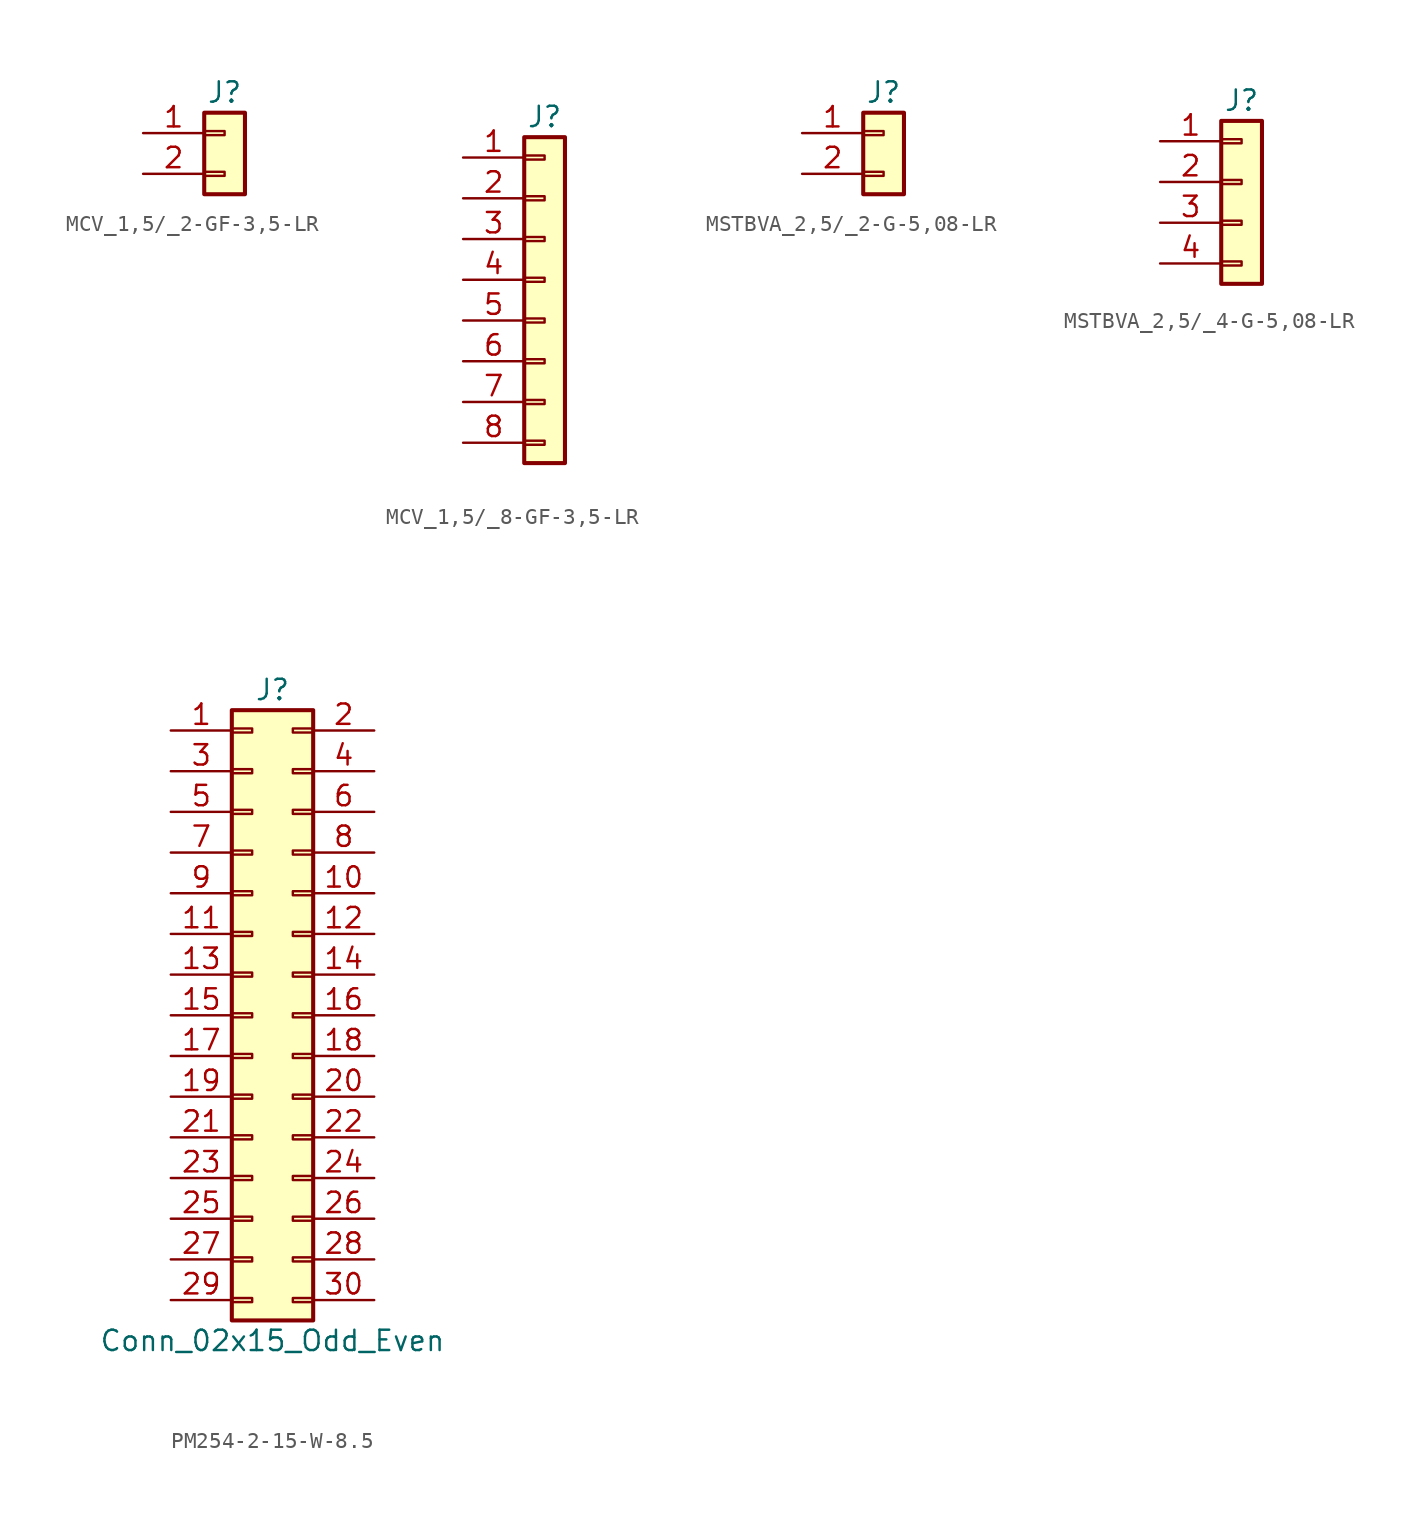
<source format=kicad_sym>
(kicad_symbol_lib
  (version 20211014)
  (symbol "MCV_1,5/_2-GF-3,5-LR"
    (pin_names
      (offset 1.016)
      (hide yes))
    (property "Reference" "J"
      (at 0 2.54 0)
      (effects (font (size 1.27 1.27))))
    (symbol "MCV_1,5/_2-GF-3,5-LR_1_1"
      (rectangle (start -1.27 1.27) (end 1.27 -3.81) (stroke (width 0.254) (type default)) (fill (type background)))
      (rectangle (start -1.27 0.127) (end 0 -0.127) (stroke (width 0.152) (type default)) (fill (type none)))
      (rectangle (start -1.27 -2.413) (end 0 -2.667) (stroke (width 0.152) (type default)) (fill (type none)))
      (pin passive line (at -5.08 0 0) (length 3.81) (name "Pin_1" (effects (font (size 1.27 1.27)))) (number "1" (effects (font (size 1.27 1.27)))))
      (pin passive line (at -5.08 -2.54 0) (length 3.81) (name "Pin_2" (effects (font (size 1.27 1.27)))) (number "2" (effects (font (size 1.27 1.27)))))))
  (symbol "MCV_1,5/_8-GF-3,5-LR"
    (pin_names
      (offset 1.016)
      (hide yes))
    (property "Reference" "J"
      (at 0 10.16 0)
      (effects (font (size 1.27 1.27))))
    (symbol "MCV_1,5/_8-GF-3,5-LR_1_1"
      (rectangle (start -1.27 8.89) (end 1.27 -11.43) (stroke (width 0.254) (type default)) (fill (type background)))
      (rectangle (start -1.27 7.747) (end 0 7.493) (stroke (width 0.152) (type default)) (fill (type none)))
      (rectangle (start -1.27 5.207) (end 0 4.953) (stroke (width 0.152) (type default)) (fill (type none)))
      (rectangle (start -1.27 2.667) (end 0 2.413) (stroke (width 0.152) (type default)) (fill (type none)))
      (rectangle (start -1.27 0.127) (end 0 -0.127) (stroke (width 0.152) (type default)) (fill (type none)))
      (rectangle (start -1.27 -2.413) (end 0 -2.667) (stroke (width 0.152) (type default)) (fill (type none)))
      (rectangle (start -1.27 -4.953) (end 0 -5.207) (stroke (width 0.152) (type default)) (fill (type none)))
      (rectangle (start -1.27 -7.493) (end 0 -7.747) (stroke (width 0.152) (type default)) (fill (type none)))
      (rectangle (start -1.27 -10.033) (end 0 -10.287) (stroke (width 0.152) (type default)) (fill (type none)))
      (pin passive line (at -5.08 7.62 0) (length 3.81) (name "Pin_1" (effects (font (size 1.27 1.27)))) (number "1" (effects (font (size 1.27 1.27)))))
      (pin passive line (at -5.08 5.08 0) (length 3.81) (name "Pin_2" (effects (font (size 1.27 1.27)))) (number "2" (effects (font (size 1.27 1.27)))))
      (pin passive line (at -5.08 2.54 0) (length 3.81) (name "Pin_3" (effects (font (size 1.27 1.27)))) (number "3" (effects (font (size 1.27 1.27)))))
      (pin passive line (at -5.08 0 0) (length 3.81) (name "Pin_4" (effects (font (size 1.27 1.27)))) (number "4" (effects (font (size 1.27 1.27)))))
      (pin passive line (at -5.08 -2.54 0) (length 3.81) (name "Pin_5" (effects (font (size 1.27 1.27)))) (number "5" (effects (font (size 1.27 1.27)))))
      (pin passive line (at -5.08 -5.08 0) (length 3.81) (name "Pin_6" (effects (font (size 1.27 1.27)))) (number "6" (effects (font (size 1.27 1.27)))))
      (pin passive line (at -5.08 -7.62 0) (length 3.81) (name "Pin_7" (effects (font (size 1.27 1.27)))) (number "7" (effects (font (size 1.27 1.27)))))
      (pin passive line (at -5.08 -10.16 0) (length 3.81) (name "Pin_8" (effects (font (size 1.27 1.27)))) (number "8" (effects (font (size 1.27 1.27)))))))
  (symbol "MSTBVA_2,5/_2-G-5,08-LR"
    (pin_names
      (offset 1.016)
      (hide yes))
    (property "Reference" "J"
      (at 0 2.54 0)
      (effects (font (size 1.27 1.27))))
    (symbol "MSTBVA_2,5/_2-G-5,08-LR_1_1"
      (rectangle (start -1.27 1.27) (end 1.27 -3.81) (stroke (width 0.254) (type default)) (fill (type background)))
      (rectangle (start -1.27 0.127) (end 0 -0.127) (stroke (width 0.152) (type default)) (fill (type none)))
      (rectangle (start -1.27 -2.413) (end 0 -2.667) (stroke (width 0.152) (type default)) (fill (type none)))
      (pin passive line (at -5.08 0 0) (length 3.81) (name "Pin_1" (effects (font (size 1.27 1.27)))) (number "1" (effects (font (size 1.27 1.27)))))
      (pin passive line (at -5.08 -2.54 0) (length 3.81) (name "Pin_2" (effects (font (size 1.27 1.27)))) (number "2" (effects (font (size 1.27 1.27)))))))
  (symbol "MSTBVA_2,5/_4-G-5,08-LR"
    (pin_names
      (offset 0)
      (hide yes))
    (property "Reference" "J"
      (at 0 5.08 0)
      (effects (font (size 1.27 1.27))))
    (symbol "MSTBVA_2,5/_4-G-5,08-LR_1_1"
      (rectangle (start -1.27 3.81) (end 1.27 -6.35) (stroke (width 0.254) (type default)) (fill (type background)))
      (rectangle (start -1.27 2.667) (end 0 2.413) (stroke (width 0.152) (type default)) (fill (type none)))
      (rectangle (start -1.27 0.127) (end 0 -0.127) (stroke (width 0.152) (type default)) (fill (type none)))
      (rectangle (start -1.27 -2.413) (end 0 -2.667) (stroke (width 0.152) (type default)) (fill (type none)))
      (rectangle (start -1.27 -4.953) (end 0 -5.207) (stroke (width 0.152) (type default)) (fill (type none)))
      (pin passive line (at -5.08 2.54 0) (length 3.81) (name "Pin_1" (effects (font (size 1.27 1.27)))) (number "1" (effects (font (size 1.27 1.27)))))
      (pin passive line (at -5.08 0 0) (length 3.81) (name "Pin_2" (effects (font (size 1.27 1.27)))) (number "2" (effects (font (size 1.27 1.27)))))
      (pin passive line (at -5.08 -2.54 0) (length 3.81) (name "Pin_3" (effects (font (size 1.27 1.27)))) (number "3" (effects (font (size 1.27 1.27)))))
      (pin passive line (at -5.08 -5.08 0) (length 3.81) (name "Pin_4" (effects (font (size 1.27 1.27)))) (number "4" (effects (font (size 1.27 1.27)))))))
  (symbol "PM254-2-15-W-8.5"
    (pin_names
      (offset 1.016)
      (hide yes))
    (property "Reference" "J"
      (at 1.27 20.32 0)
      (effects (font (size 1.27 1.27))))
    (property "Value" "Conn_02x15_Odd_Even"
      (at 1.27 -20.32 0)
      (effects (font (size 1.27 1.27))))
    (symbol "PM254-2-15-W-8.5_1_1"
      (rectangle (start -1.27 19.05) (end 3.81 -19.05) (stroke (width 0.254) (type default)) (fill (type background)))
      (rectangle (start -1.27 17.907) (end 0 17.653) (stroke (width 0.152) (type default)) (fill (type none)))
      (rectangle (start -1.27 15.367) (end 0 15.113) (stroke (width 0.152) (type default)) (fill (type none)))
      (rectangle (start -1.27 12.827) (end 0 12.573) (stroke (width 0.152) (type default)) (fill (type none)))
      (rectangle (start -1.27 10.287) (end 0 10.033) (stroke (width 0.152) (type default)) (fill (type none)))
      (rectangle (start -1.27 7.747) (end 0 7.493) (stroke (width 0.152) (type default)) (fill (type none)))
      (rectangle (start -1.27 5.207) (end 0 4.953) (stroke (width 0.152) (type default)) (fill (type none)))
      (rectangle (start -1.27 2.667) (end 0 2.413) (stroke (width 0.152) (type default)) (fill (type none)))
      (rectangle (start -1.27 0.127) (end 0 -0.127) (stroke (width 0.152) (type default)) (fill (type none)))
      (rectangle (start -1.27 -2.413) (end 0 -2.667) (stroke (width 0.152) (type default)) (fill (type none)))
      (rectangle (start -1.27 -4.953) (end 0 -5.207) (stroke (width 0.152) (type default)) (fill (type none)))
      (rectangle (start -1.27 -7.493) (end 0 -7.747) (stroke (width 0.152) (type default)) (fill (type none)))
      (rectangle (start -1.27 -10.033) (end 0 -10.287) (stroke (width 0.152) (type default)) (fill (type none)))
      (rectangle (start -1.27 -12.573) (end 0 -12.827) (stroke (width 0.152) (type default)) (fill (type none)))
      (rectangle (start -1.27 -15.113) (end 0 -15.367) (stroke (width 0.152) (type default)) (fill (type none)))
      (rectangle (start -1.27 -17.653) (end 0 -17.907) (stroke (width 0.152) (type default)) (fill (type none)))
      (rectangle (start 3.81 17.907) (end 2.54 17.653) (stroke (width 0.152) (type default)) (fill (type none)))
      (rectangle (start 3.81 15.367) (end 2.54 15.113) (stroke (width 0.152) (type default)) (fill (type none)))
      (rectangle (start 3.81 12.827) (end 2.54 12.573) (stroke (width 0.152) (type default)) (fill (type none)))
      (rectangle (start 3.81 10.287) (end 2.54 10.033) (stroke (width 0.152) (type default)) (fill (type none)))
      (rectangle (start 3.81 7.747) (end 2.54 7.493) (stroke (width 0.152) (type default)) (fill (type none)))
      (rectangle (start 3.81 5.207) (end 2.54 4.953) (stroke (width 0.152) (type default)) (fill (type none)))
      (rectangle (start 3.81 2.667) (end 2.54 2.413) (stroke (width 0.152) (type default)) (fill (type none)))
      (rectangle (start 3.81 0.127) (end 2.54 -0.127) (stroke (width 0.152) (type default)) (fill (type none)))
      (rectangle (start 3.81 -2.413) (end 2.54 -2.667) (stroke (width 0.152) (type default)) (fill (type none)))
      (rectangle (start 3.81 -4.953) (end 2.54 -5.207) (stroke (width 0.152) (type default)) (fill (type none)))
      (rectangle (start 3.81 -7.493) (end 2.54 -7.747) (stroke (width 0.152) (type default)) (fill (type none)))
      (rectangle (start 3.81 -10.033) (end 2.54 -10.287) (stroke (width 0.152) (type default)) (fill (type none)))
      (rectangle (start 3.81 -12.573) (end 2.54 -12.827) (stroke (width 0.152) (type default)) (fill (type none)))
      (rectangle (start 3.81 -15.113) (end 2.54 -15.367) (stroke (width 0.152) (type default)) (fill (type none)))
      (rectangle (start 3.81 -17.653) (end 2.54 -17.907) (stroke (width 0.152) (type default)) (fill (type none)))
      (pin passive line (at -5.08 17.78 0) (length 3.81) (name "Pin_1" (effects (font (size 1.27 1.27)))) (number "1" (effects (font (size 1.27 1.27)))))
      (pin passive line (at -5.08 15.24 0) (length 3.81) (name "Pin_3" (effects (font (size 1.27 1.27)))) (number "3" (effects (font (size 1.27 1.27)))))
      (pin passive line (at -5.08 12.7 0) (length 3.81) (name "Pin_5" (effects (font (size 1.27 1.27)))) (number "5" (effects (font (size 1.27 1.27)))))
      (pin passive line (at -5.08 10.16 0) (length 3.81) (name "Pin_7" (effects (font (size 1.27 1.27)))) (number "7" (effects (font (size 1.27 1.27)))))
      (pin passive line (at -5.08 7.62 0) (length 3.81) (name "Pin_9" (effects (font (size 1.27 1.27)))) (number "9" (effects (font (size 1.27 1.27)))))
      (pin passive line (at -5.08 5.08 0) (length 3.81) (name "Pin_11" (effects (font (size 1.27 1.27)))) (number "11" (effects (font (size 1.27 1.27)))))
      (pin passive line (at -5.08 2.54 0) (length 3.81) (name "Pin_13" (effects (font (size 1.27 1.27)))) (number "13" (effects (font (size 1.27 1.27)))))
      (pin passive line (at -5.08 0 0) (length 3.81) (name "Pin_15" (effects (font (size 1.27 1.27)))) (number "15" (effects (font (size 1.27 1.27)))))
      (pin passive line (at -5.08 -2.54 0) (length 3.81) (name "Pin_17" (effects (font (size 1.27 1.27)))) (number "17" (effects (font (size 1.27 1.27)))))
      (pin passive line (at -5.08 -5.08 0) (length 3.81) (name "Pin_19" (effects (font (size 1.27 1.27)))) (number "19" (effects (font (size 1.27 1.27)))))
      (pin passive line (at -5.08 -7.62 0) (length 3.81) (name "Pin_21" (effects (font (size 1.27 1.27)))) (number "21" (effects (font (size 1.27 1.27)))))
      (pin passive line (at -5.08 -10.16 0) (length 3.81) (name "Pin_23" (effects (font (size 1.27 1.27)))) (number "23" (effects (font (size 1.27 1.27)))))
      (pin passive line (at -5.08 -12.7 0) (length 3.81) (name "Pin_25" (effects (font (size 1.27 1.27)))) (number "25" (effects (font (size 1.27 1.27)))))
      (pin passive line (at -5.08 -15.24 0) (length 3.81) (name "Pin_27" (effects (font (size 1.27 1.27)))) (number "27" (effects (font (size 1.27 1.27)))))
      (pin passive line (at -5.08 -17.78 0) (length 3.81) (name "Pin_29" (effects (font (size 1.27 1.27)))) (number "29" (effects (font (size 1.27 1.27)))))
      (pin passive line (at 7.62 17.78 180) (length 3.81) (name "Pin_2" (effects (font (size 1.27 1.27)))) (number "2" (effects (font (size 1.27 1.27)))))
      (pin passive line (at 7.62 15.24 180) (length 3.81) (name "Pin_4" (effects (font (size 1.27 1.27)))) (number "4" (effects (font (size 1.27 1.27)))))
      (pin passive line (at 7.62 12.7 180) (length 3.81) (name "Pin_6" (effects (font (size 1.27 1.27)))) (number "6" (effects (font (size 1.27 1.27)))))
      (pin passive line (at 7.62 10.16 180) (length 3.81) (name "Pin_8" (effects (font (size 1.27 1.27)))) (number "8" (effects (font (size 1.27 1.27)))))
      (pin passive line (at 7.62 7.62 180) (length 3.81) (name "Pin_10" (effects (font (size 1.27 1.27)))) (number "10" (effects (font (size 1.27 1.27)))))
      (pin passive line (at 7.62 5.08 180) (length 3.81) (name "Pin_12" (effects (font (size 1.27 1.27)))) (number "12" (effects (font (size 1.27 1.27)))))
      (pin passive line (at 7.62 2.54 180) (length 3.81) (name "Pin_14" (effects (font (size 1.27 1.27)))) (number "14" (effects (font (size 1.27 1.27)))))
      (pin passive line (at 7.62 0 180) (length 3.81) (name "Pin_16" (effects (font (size 1.27 1.27)))) (number "16" (effects (font (size 1.27 1.27)))))
      (pin passive line (at 7.62 -2.54 180) (length 3.81) (name "Pin_18" (effects (font (size 1.27 1.27)))) (number "18" (effects (font (size 1.27 1.27)))))
      (pin passive line (at 7.62 -5.08 180) (length 3.81) (name "Pin_20" (effects (font (size 1.27 1.27)))) (number "20" (effects (font (size 1.27 1.27)))))
      (pin passive line (at 7.62 -7.62 180) (length 3.81) (name "Pin_22" (effects (font (size 1.27 1.27)))) (number "22" (effects (font (size 1.27 1.27)))))
      (pin passive line (at 7.62 -10.16 180) (length 3.81) (name "Pin_24" (effects (font (size 1.27 1.27)))) (number "24" (effects (font (size 1.27 1.27)))))
      (pin passive line (at 7.62 -12.7 180) (length 3.81) (name "Pin_26" (effects (font (size 1.27 1.27)))) (number "26" (effects (font (size 1.27 1.27)))))
      (pin passive line (at 7.62 -15.24 180) (length 3.81) (name "Pin_28" (effects (font (size 1.27 1.27)))) (number "28" (effects (font (size 1.27 1.27)))))
      (pin passive line (at 7.62 -17.78 180) (length 3.81) (name "Pin_30" (effects (font (size 1.27 1.27)))) (number "30" (effects (font (size 1.27 1.27))))))))
</source>
